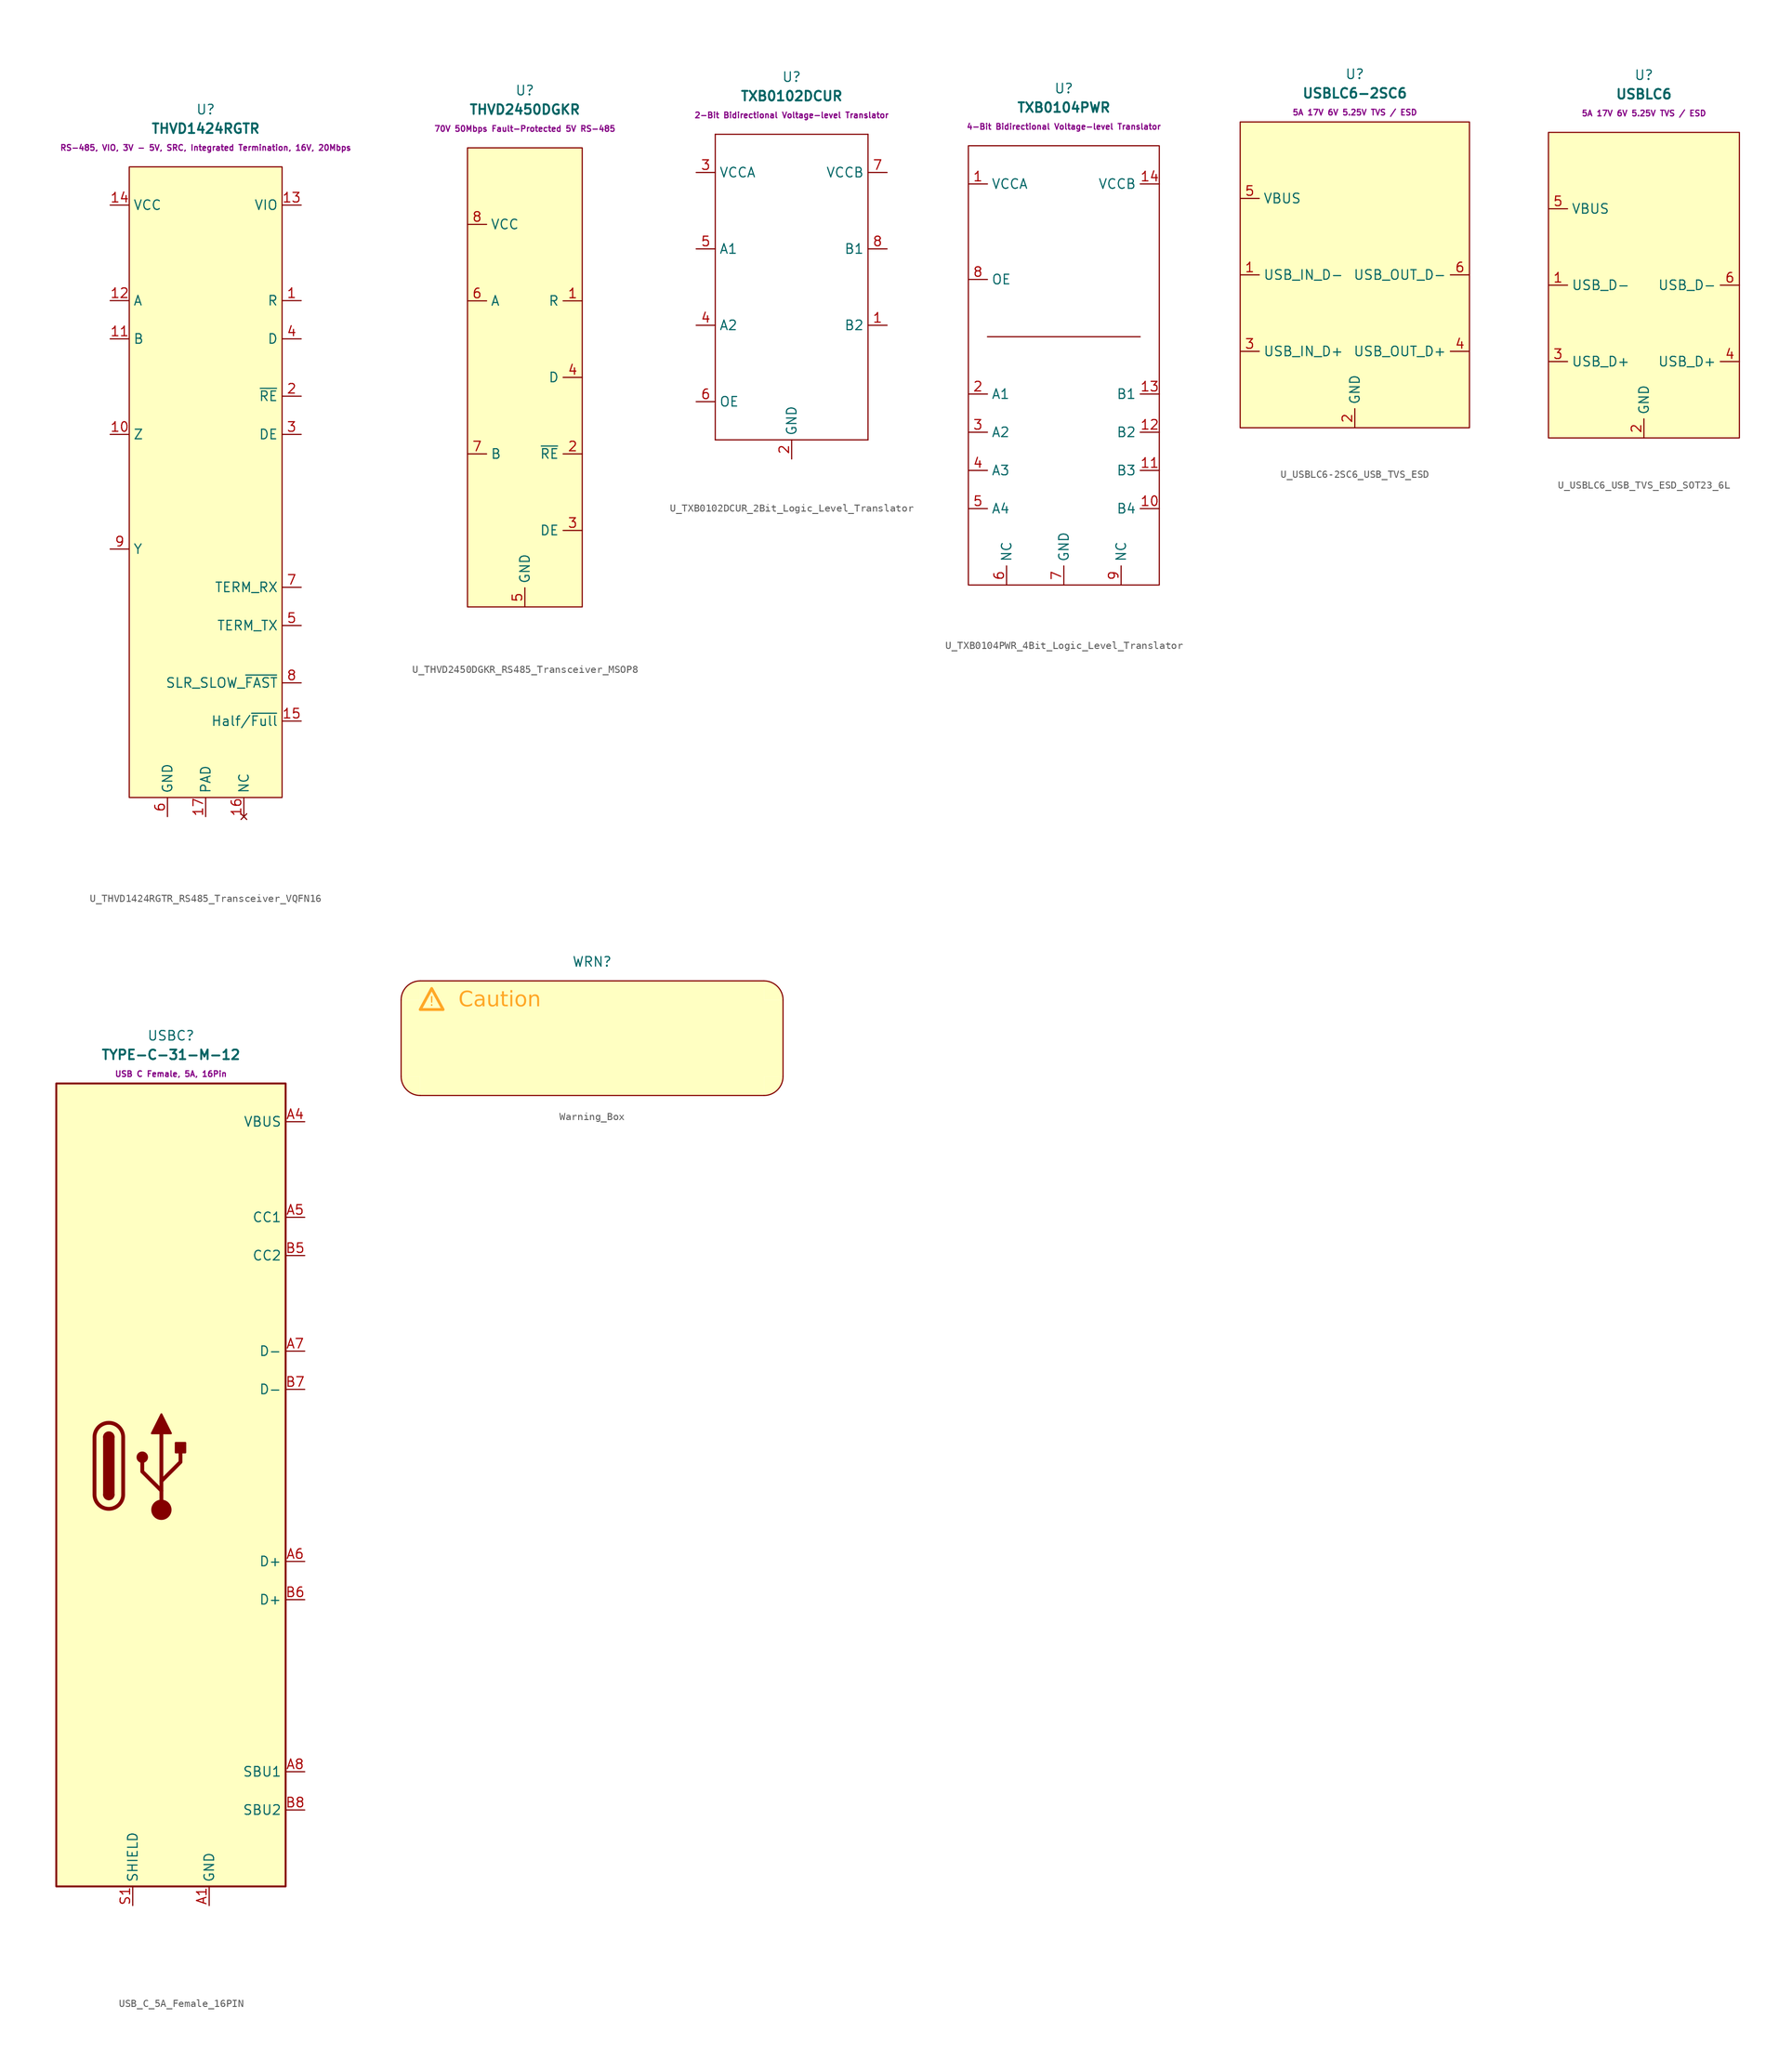
<source format=kicad_sym>
(kicad_symbol_lib
  (version 20231120)
  (generator "kicad_symbol_editor")
  (generator_version "8.0")
  (symbol "U_THVD1424RGTR_RS485_Transceiver_VQFN16"
    (property "Reference" "U"
      (at 0 20.32 0)
      (effects (font (size 1.27 1.27))))
    (property "Value" "THVD1424RGTR"
      (at 0 17.78 0)
      (effects (font (size 1.27 1.27) (bold yes))))
    (property "Extra Values" "RS-485, VIO, 3V - 5V, SRC, Integrated Termination, 16V, 20Mbps"
      (at 0 15.24 0)
      (effects (font (size 0.762 0.762) (bold yes))))
    (symbol "U_THVD1424RGTR_RS485_Transceiver_VQFN16_0_1"
      (rectangle (start -10.16 12.7) (end 10.16 -71.12) (stroke (width 0) (type default)) (fill (type background))))
    (symbol "U_THVD1424RGTR_RS485_Transceiver_VQFN16_1_1"
      (pin output line (at 12.7 -5.08 180) (length 2.54) (name "R" (effects (font (size 1.27 1.27)))) (number "1" (effects (font (size 1.27 1.27)))))
      (pin bidirectional line (at -12.7 -22.86 0) (length 2.54) (name "Z" (effects (font (size 1.27 1.27)))) (number "10" (effects (font (size 1.27 1.27)))))
      (pin bidirectional line (at -12.7 -10.16 0) (length 2.54) (name "B" (effects (font (size 1.27 1.27)))) (number "11" (effects (font (size 1.27 1.27)))))
      (pin bidirectional line (at -12.7 -5.08 0) (length 2.54) (name "A" (effects (font (size 1.27 1.27)))) (number "12" (effects (font (size 1.27 1.27)))))
      (pin power_in line (at 12.7 7.62 180) (length 2.54) (name "VIO" (effects (font (size 1.27 1.27)))) (number "13" (effects (font (size 1.27 1.27)))))
      (pin power_in line (at -12.7 7.62 0) (length 2.54) (name "VCC" (effects (font (size 1.27 1.27)))) (number "14" (effects (font (size 1.27 1.27)))))
      (pin input line (at 12.7 -60.96 180) (length 2.54) (name "Half/~{Full}" (effects (font (size 1.27 1.27)))) (number "15" (effects (font (size 1.27 1.27)))))
      (pin no_connect line (at 5.08 -73.66 90) (length 2.54) (name "NC" (effects (font (size 1.27 1.27)))) (number "16" (effects (font (size 1.27 1.27)))))
      (pin power_in line (at 0 -73.66 90) (length 2.54) (name "PAD" (effects (font (size 1.27 1.27)))) (number "17" (effects (font (size 1.27 1.27)))))
      (pin input line (at 12.7 -17.78 180) (length 2.54) (name "~{RE}" (effects (font (size 1.27 1.27)))) (number "2" (effects (font (size 1.27 1.27)))))
      (pin input line (at 12.7 -22.86 180) (length 2.54) (name "DE" (effects (font (size 1.27 1.27)))) (number "3" (effects (font (size 1.27 1.27)))))
      (pin input line (at 12.7 -10.16 180) (length 2.54) (name "D" (effects (font (size 1.27 1.27)))) (number "4" (effects (font (size 1.27 1.27)))))
      (pin input line (at 12.7 -48.26 180) (length 2.54) (name "TERM_TX" (effects (font (size 1.27 1.27)))) (number "5" (effects (font (size 1.27 1.27)))))
      (pin power_in line (at -5.08 -73.66 90) (length 2.54) (name "GND" (effects (font (size 1.27 1.27)))) (number "6" (effects (font (size 1.27 1.27)))))
      (pin input line (at 12.7 -43.18 180) (length 2.54) (name "TERM_RX" (effects (font (size 1.27 1.27)))) (number "7" (effects (font (size 1.27 1.27)))))
      (pin input line (at 12.7 -55.88 180) (length 2.54) (name "SLR_SLOW_~{FAST}" (effects (font (size 1.27 1.27)))) (number "8" (effects (font (size 1.27 1.27)))))
      (pin bidirectional line (at -12.7 -38.1 0) (length 2.54) (name "Y" (effects (font (size 1.27 1.27)))) (number "9" (effects (font (size 1.27 1.27)))))))
  (symbol "U_THVD2450DGKR_RS485_Transceiver_MSOP8"
    (property "Reference" "U"
      (at 0 38.1 0)
      (effects (font (size 1.27 1.27))))
    (property "Value" "THVD2450DGKR"
      (at 0 35.56 0)
      (effects (font (size 1.27 1.27) (bold yes))))
    (property "Extra Values" "70V 50Mbps Fault-Protected 5V RS-485"
      (at 0 33.02 0)
      (effects (font (size 0.762 0.762) (bold yes))))
    (symbol "U_THVD2450DGKR_RS485_Transceiver_MSOP8_0_1"
      (rectangle (start -7.62 30.48) (end 7.62 -30.48) (stroke (width 0) (type default)) (fill (type background))))
    (symbol "U_THVD2450DGKR_RS485_Transceiver_MSOP8_1_1"
      (pin output line (at 7.62 10.16 180) (length 2.54) (name "R" (effects (font (size 1.27 1.27)))) (number "1" (effects (font (size 1.27 1.27)))))
      (pin input line (at 7.62 -10.16 180) (length 2.54) (name "~{RE}" (effects (font (size 1.27 1.27)))) (number "2" (effects (font (size 1.27 1.27)))))
      (pin input line (at 7.62 -20.32 180) (length 2.54) (name "DE" (effects (font (size 1.27 1.27)))) (number "3" (effects (font (size 1.27 1.27)))))
      (pin input line (at 7.62 0 180) (length 2.54) (name "D" (effects (font (size 1.27 1.27)))) (number "4" (effects (font (size 1.27 1.27)))))
      (pin power_in line (at 0 -30.48 90) (length 2.54) (name "GND" (effects (font (size 1.27 1.27)))) (number "5" (effects (font (size 1.27 1.27)))))
      (pin bidirectional line (at -7.62 10.16 0) (length 2.54) (name "A" (effects (font (size 1.27 1.27)))) (number "6" (effects (font (size 1.27 1.27)))))
      (pin bidirectional line (at -7.62 -10.16 0) (length 2.54) (name "B" (effects (font (size 1.27 1.27)))) (number "7" (effects (font (size 1.27 1.27)))))
      (pin power_in line (at -7.62 20.32 0) (length 2.54) (name "VCC" (effects (font (size 1.27 1.27)))) (number "8" (effects (font (size 1.27 1.27)))))))
  (symbol "U_TXB0102DCUR_2Bit_Logic_Level_Translator"
    (property "Reference" "U"
      (at 0 17.78 0)
      (effects (font (size 1.27 1.27))))
    (property "Value" "TXB0102DCUR"
      (at 0 15.24 0)
      (effects (font (size 1.27 1.27) (bold yes))))
    (property "Extra Values" "2-Bit Bidirectional Voltage-level Translator"
      (at 0 12.7 0)
      (effects (font (size 0.762 0.762) (bold yes))))
    (symbol "U_TXB0102DCUR_2Bit_Logic_Level_Translator_0_1"
      (polyline (pts (xy -10.16 -30.48) (xy -10.16 10.16)) (stroke (width 0) (type default)) (fill (type none)))
      (polyline (pts (xy -10.16 10.16) (xy 10.16 10.16)) (stroke (width 0) (type default)) (fill (type none)))
      (polyline (pts (xy 10.16 -30.48) (xy -10.16 -30.48)) (stroke (width 0) (type default)) (fill (type none)))
      (polyline (pts (xy 10.16 10.16) (xy 10.16 -30.48)) (stroke (width 0) (type default)) (fill (type none))))
    (symbol "U_TXB0102DCUR_2Bit_Logic_Level_Translator_1_1"
      (pin bidirectional line (at 12.7 -15.24 180) (length 2.54) (name "B2" (effects (font (size 1.27 1.27)))) (number "1" (effects (font (size 1.27 1.27)))))
      (pin power_in line (at 0 -33.02 90) (length 2.54) (name "GND" (effects (font (size 1.27 1.27)))) (number "2" (effects (font (size 1.27 1.27)))))
      (pin input line (at -12.7 5.08 0) (length 2.54) (name "VCCA" (effects (font (size 1.27 1.27)))) (number "3" (effects (font (size 1.27 1.27)))))
      (pin bidirectional line (at -12.7 -15.24 0) (length 2.54) (name "A2" (effects (font (size 1.27 1.27)))) (number "4" (effects (font (size 1.27 1.27)))))
      (pin bidirectional line (at -12.7 -5.08 0) (length 2.54) (name "A1" (effects (font (size 1.27 1.27)))) (number "5" (effects (font (size 1.27 1.27)))))
      (pin input line (at -12.7 -25.4 0) (length 2.54) (name "OE" (effects (font (size 1.27 1.27)))) (number "6" (effects (font (size 1.27 1.27)))))
      (pin power_in line (at 12.7 5.08 180) (length 2.54) (name "VCCB" (effects (font (size 1.27 1.27)))) (number "7" (effects (font (size 1.27 1.27)))))
      (pin bidirectional line (at 12.7 -5.08 180) (length 2.54) (name "B1" (effects (font (size 1.27 1.27)))) (number "8" (effects (font (size 1.27 1.27)))))))
  (symbol "U_TXB0104PWR_4Bit_Logic_Level_Translator"
    (property "Reference" "U"
      (at 0 20.32 0)
      (effects (font (size 1.27 1.27))))
    (property "Value" "TXB0104PWR"
      (at 0 17.78 0)
      (effects (font (size 1.27 1.27) (bold yes))))
    (property "Extra Values" "4-Bit Bidirectional Voltage-level Translator"
      (at 0 15.24 0)
      (effects (font (size 0.762 0.762) (bold yes))))
    (symbol "U_TXB0104PWR_4Bit_Logic_Level_Translator_0_1"
      (rectangle (start -12.7 12.7) (end 12.7 -45.72) (stroke (width 0) (type default)) (fill (type none)))
      (polyline (pts (xy 10.16 -12.7) (xy -10.16 -12.7)) (stroke (width 0) (type default)) (fill (type none)))
      (pin unspecified line (at -7.62 -45.72 90) (length 2.54) (name "NC" (effects (font (size 1.27 1.27)))) (number "6" (effects (font (size 1.27 1.27)))))
      (pin unspecified line (at 7.62 -45.72 90) (length 2.54) (name "NC" (effects (font (size 1.27 1.27)))) (number "9" (effects (font (size 1.27 1.27))))))
    (symbol "U_TXB0104PWR_4Bit_Logic_Level_Translator_1_1"
      (pin power_in line (at -12.7 7.62 0) (length 2.54) (name "VCCA" (effects (font (size 1.27 1.27)))) (number "1" (effects (font (size 1.27 1.27)))))
      (pin bidirectional line (at 12.7 -35.56 180) (length 2.54) (name "B4" (effects (font (size 1.27 1.27)))) (number "10" (effects (font (size 1.27 1.27)))))
      (pin bidirectional line (at 12.7 -30.48 180) (length 2.54) (name "B3" (effects (font (size 1.27 1.27)))) (number "11" (effects (font (size 1.27 1.27)))))
      (pin bidirectional line (at 12.7 -25.4 180) (length 2.54) (name "B2" (effects (font (size 1.27 1.27)))) (number "12" (effects (font (size 1.27 1.27)))))
      (pin bidirectional line (at 12.7 -20.32 180) (length 2.54) (name "B1" (effects (font (size 1.27 1.27)))) (number "13" (effects (font (size 1.27 1.27)))))
      (pin power_in line (at 12.7 7.62 180) (length 2.54) (name "VCCB" (effects (font (size 1.27 1.27)))) (number "14" (effects (font (size 1.27 1.27)))))
      (pin bidirectional line (at -12.7 -20.32 0) (length 2.54) (name "A1" (effects (font (size 1.27 1.27)))) (number "2" (effects (font (size 1.27 1.27)))))
      (pin bidirectional line (at -12.7 -25.4 0) (length 2.54) (name "A2" (effects (font (size 1.27 1.27)))) (number "3" (effects (font (size 1.27 1.27)))))
      (pin bidirectional line (at -12.7 -30.48 0) (length 2.54) (name "A3" (effects (font (size 1.27 1.27)))) (number "4" (effects (font (size 1.27 1.27)))))
      (pin bidirectional line (at -12.7 -35.56 0) (length 2.54) (name "A4" (effects (font (size 1.27 1.27)))) (number "5" (effects (font (size 1.27 1.27)))))
      (pin power_in line (at 0 -45.72 90) (length 2.54) (name "GND" (effects (font (size 1.27 1.27)))) (number "7" (effects (font (size 1.27 1.27)))))
      (pin input line (at -12.7 -5.08 0) (length 2.54) (name "OE" (effects (font (size 1.27 1.27)))) (number "8" (effects (font (size 1.27 1.27)))))))
  (symbol "U_USBLC6-2SC6_USB_TVS_ESD"
    (property "Reference" "U"
      (at 0 26.67 0)
      (effects (font (size 1.27 1.27))))
    (property "Value" "USBLC6-2SC6"
      (at 0 24.13 0)
      (effects (font (size 1.27 1.27) (bold yes))))
    (property "Extra Values" "5A 17V 6V 5.25V TVS / ESD"
      (at 0 21.59 0)
      (effects (font (size 0.762 0.762) (bold yes))))
    (symbol "U_USBLC6-2SC6_USB_TVS_ESD_0_1"
      (rectangle (start -15.24 20.32) (end 15.24 -20.32) (stroke (width 0) (type default)) (fill (type background))))
    (symbol "U_USBLC6-2SC6_USB_TVS_ESD_1_1"
      (pin bidirectional line (at -15.24 0 0) (length 2.54) (name "USB_IN_D-" (effects (font (size 1.27 1.27)))) (number "1" (effects (font (size 1.27 1.27)))))
      (pin power_in line (at 0 -20.32 90) (length 2.54) (name "GND" (effects (font (size 1.27 1.27)))) (number "2" (effects (font (size 1.27 1.27)))))
      (pin bidirectional line (at -15.24 -10.16 0) (length 2.54) (name "USB_IN_D+" (effects (font (size 1.27 1.27)))) (number "3" (effects (font (size 1.27 1.27)))))
      (pin bidirectional line (at 15.24 -10.16 180) (length 2.54) (name "USB_OUT_D+" (effects (font (size 1.27 1.27)))) (number "4" (effects (font (size 1.27 1.27)))))
      (pin power_in line (at -15.24 10.16 0) (length 2.54) (name "VBUS" (effects (font (size 1.27 1.27)))) (number "5" (effects (font (size 1.27 1.27)))))
      (pin bidirectional line (at 15.24 0 180) (length 2.54) (name "USB_OUT_D-" (effects (font (size 1.27 1.27)))) (number "6" (effects (font (size 1.27 1.27)))))))
  (symbol "U_USBLC6_USB_TVS_ESD_SOT23_6L"
    (property "Reference" "U"
      (at 0 27.94 0)
      (effects (font (size 1.27 1.27))))
    (property "Value" "USBLC6"
      (at 0 25.4 0)
      (effects (font (size 1.27 1.27) (bold yes))))
    (property "Extra Values" "5A 17V 6V 5.25V TVS / ESD"
      (at 0 22.86 0)
      (effects (font (size 0.762 0.762) (bold yes))))
    (symbol "U_USBLC6_USB_TVS_ESD_SOT23_6L_0_1"
      (rectangle (start -12.7 20.32) (end 12.7 -20.32) (stroke (width 0) (type default)) (fill (type background))))
    (symbol "U_USBLC6_USB_TVS_ESD_SOT23_6L_1_1"
      (pin bidirectional line (at -12.7 0 0) (length 2.54) (name "USB_D-" (effects (font (size 1.27 1.27)))) (number "1" (effects (font (size 1.27 1.27)))))
      (pin power_in line (at 0 -20.32 90) (length 2.54) (name "GND" (effects (font (size 1.27 1.27)))) (number "2" (effects (font (size 1.27 1.27)))))
      (pin bidirectional line (at -12.7 -10.16 0) (length 2.54) (name "USB_D+" (effects (font (size 1.27 1.27)))) (number "3" (effects (font (size 1.27 1.27)))))
      (pin bidirectional line (at 12.7 -10.16 180) (length 2.54) (name "USB_D+" (effects (font (size 1.27 1.27)))) (number "4" (effects (font (size 1.27 1.27)))))
      (pin power_in line (at -12.7 10.16 0) (length 2.54) (name "VBUS" (effects (font (size 1.27 1.27)))) (number "5" (effects (font (size 1.27 1.27)))))
      (pin bidirectional line (at 12.7 0 180) (length 2.54) (name "USB_D-" (effects (font (size 1.27 1.27)))) (number "6" (effects (font (size 1.27 1.27)))))))
  (symbol "USB_C_5A_Female_16PIN"
    (property "Reference" "USBC"
      (at 0 57.15 0)
      (effects (font (size 1.27 1.27))))
    (property "Value" "TYPE-C-31-M-12"
      (at 0 54.61 0)
      (effects (font (size 1.27 1.27) (bold yes))))
    (property "Extra Values" "USB C Female, 5A, 16Pin"
      (at 0 52.07 0)
      (effects (font (size 0.762 0.762) (bold yes))))
    (symbol "USB_C_5A_Female_16PIN_0_1"
      (rectangle (start -15.24 50.8) (end 15.24 -55.88) (stroke (width 0.254) (type default)) (fill (type background)))
      (arc (start -10.16 -3.81) (mid -8.255 -5.7067) (end -6.35 -3.81) (stroke (width 0.508) (type default)) (fill (type none)))
      (arc (start -8.89 -3.81) (mid -8.255 -4.4423) (end -7.62 -3.81) (stroke (width 0.254) (type default)) (fill (type none)))
      (arc (start -8.89 -3.81) (mid -8.255 -4.4423) (end -7.62 -3.81) (stroke (width 0.254) (type default)) (fill (type outline)))
      (rectangle (start -8.89 -3.81) (end -7.62 3.81) (stroke (width 0.254) (type default)) (fill (type outline)))
      (arc (start -7.62 3.81) (mid -8.255 4.4423) (end -8.89 3.81) (stroke (width 0.254) (type default)) (fill (type none)))
      (arc (start -7.62 3.81) (mid -8.255 4.4423) (end -8.89 3.81) (stroke (width 0.254) (type default)) (fill (type outline)))
      (arc (start -6.35 3.81) (mid -8.255 5.7067) (end -10.16 3.81) (stroke (width 0.508) (type default)) (fill (type none)))
      (circle (center -3.81 1.143) (radius 0.635) (stroke (width 0.254) (type default)) (fill (type outline)))
      (circle (center -1.27 -5.842) (radius 1.27) (stroke (width 0) (type default)) (fill (type outline)))
      (polyline (pts (xy -10.16 -3.81) (xy -10.16 3.81)) (stroke (width 0.508) (type default)) (fill (type none)))
      (polyline (pts (xy -6.35 3.81) (xy -6.35 -3.81)) (stroke (width 0.508) (type default)) (fill (type none)))
      (polyline (pts (xy -1.27 -5.842) (xy -1.27 4.318)) (stroke (width 0.508) (type default)) (fill (type none)))
      (polyline (pts (xy -1.27 -3.302) (xy -3.81 -0.762) (xy -3.81 0.508)) (stroke (width 0.508) (type default)) (fill (type none)))
      (polyline (pts (xy -1.27 -2.032) (xy 1.27 0.508) (xy 1.27 1.778)) (stroke (width 0.508) (type default)) (fill (type none)))
      (polyline (pts (xy -2.54 4.318) (xy -1.27 6.858) (xy 0 4.318) (xy -2.54 4.318)) (stroke (width 0.254) (type default)) (fill (type outline)))
      (rectangle (start 0.635 1.778) (end 1.905 3.048) (stroke (width 0.254) (type default)) (fill (type outline))))
    (symbol "USB_C_5A_Female_16PIN_1_1"
      (pin power_in line (at 5.08 -58.42 90) (length 2.54) (name "GND" (effects (font (size 1.27 1.27)))) (number "A1" (effects (font (size 1.27 1.27)))))
      (pin power_in line (at 5.08 -58.42 90) (length 2.54) hide (name "GND" (effects (font (size 1.27 1.27)))) (number "A12" (effects (font (size 1.27 1.27)))))
      (pin power_in line (at 17.78 45.72 180) (length 2.54) (name "VBUS" (effects (font (size 1.27 1.27)))) (number "A4" (effects (font (size 1.27 1.27)))))
      (pin bidirectional line (at 17.78 33.02 180) (length 2.54) (name "CC1" (effects (font (size 1.27 1.27)))) (number "A5" (effects (font (size 1.27 1.27)))))
      (pin bidirectional line (at 17.78 -12.7 180) (length 2.54) (name "D+" (effects (font (size 1.27 1.27)))) (number "A6" (effects (font (size 1.27 1.27)))))
      (pin bidirectional line (at 17.78 15.24 180) (length 2.54) (name "D-" (effects (font (size 1.27 1.27)))) (number "A7" (effects (font (size 1.27 1.27)))))
      (pin bidirectional line (at 17.78 -40.64 180) (length 2.54) (name "SBU1" (effects (font (size 1.27 1.27)))) (number "A8" (effects (font (size 1.27 1.27)))))
      (pin power_in line (at 17.78 45.72 180) (length 2.54) hide (name "VBUS" (effects (font (size 1.27 1.27)))) (number "A9" (effects (font (size 1.27 1.27)))))
      (pin power_in line (at 5.08 -58.42 90) (length 2.54) hide (name "GND" (effects (font (size 1.27 1.27)))) (number "B1" (effects (font (size 1.27 1.27)))))
      (pin power_in line (at 5.08 -58.42 90) (length 2.54) hide (name "GND" (effects (font (size 1.27 1.27)))) (number "B12" (effects (font (size 1.27 1.27)))))
      (pin passive line (at 17.78 45.72 180) (length 2.54) hide (name "VBUS" (effects (font (size 1.27 1.27)))) (number "B4" (effects (font (size 1.27 1.27)))))
      (pin bidirectional line (at 17.78 27.94 180) (length 2.54) (name "CC2" (effects (font (size 1.27 1.27)))) (number "B5" (effects (font (size 1.27 1.27)))))
      (pin bidirectional line (at 17.78 -17.78 180) (length 2.54) (name "D+" (effects (font (size 1.27 1.27)))) (number "B6" (effects (font (size 1.27 1.27)))))
      (pin bidirectional line (at 17.78 10.16 180) (length 2.54) (name "D-" (effects (font (size 1.27 1.27)))) (number "B7" (effects (font (size 1.27 1.27)))))
      (pin bidirectional line (at 17.78 -45.72 180) (length 2.54) (name "SBU2" (effects (font (size 1.27 1.27)))) (number "B8" (effects (font (size 1.27 1.27)))))
      (pin power_in line (at 17.78 45.72 180) (length 2.54) hide (name "VBUS" (effects (font (size 1.27 1.27)))) (number "B9" (effects (font (size 1.27 1.27)))))
      (pin passive line (at -5.08 -58.42 90) (length 2.54) (name "SHIELD" (effects (font (size 1.27 1.27)))) (number "S1" (effects (font (size 1.27 1.27)))))))
  (symbol "Warning_Box"
    (pin_numbers hide)
    (pin_names
      (offset 0) hide)
    (property "Reference" "WRN"
      (at 0 10.16 0)
      (effects (font (size 1.27 1.27))))
    (property "Value" ""
      (at -14.478 3.81 0)
      (effects (font (size 1.27 1.27))))
    (symbol "Warning_Box_1_1"
      (arc (start -25.3998 -5.0798) (mid -24.6559 -6.8759) (end -22.8598 -7.6198) (stroke (width 0) (type default)) (fill (type background)))
      (rectangle (start -25.4 5.08) (end 25.4 -5.08) (stroke (width -0.0001) (type default)) (fill (type background)))
      (arc (start -22.86 7.62) (mid -24.6561 6.8761) (end -25.4 5.08) (stroke (width 0) (type default)) (fill (type background)))
      (rectangle (start -22.86 7.62) (end 22.86 -7.62) (stroke (width -0.0001) (type default)) (fill (type background)))
      (polyline (pts (xy -25.4 5.08) (xy -25.4 -5.08)) (stroke (width 0) (type default)) (fill (type none)))
      (polyline (pts (xy -22.86 -7.62) (xy 22.86 -7.62)) (stroke (width 0) (type default)) (fill (type none)))
      (polyline (pts (xy 22.86 7.62) (xy -22.86 7.62)) (stroke (width 0) (type default)) (fill (type none)))
      (polyline (pts (xy 25.4 -5.08) (xy 25.4 5.08)) (stroke (width 0) (type default)) (fill (type none)))
      (polyline (pts (xy -22.86 3.81) (xy -21.336 6.604) (xy -19.812 3.81) (xy -22.86 3.81)) (stroke (width 0.381) (type default) (color 255 167 38 1)) (fill (type none)))
      (arc (start 22.86 -7.62) (mid 24.6561 -6.8761) (end 25.4 -5.08) (stroke (width 0) (type default)) (fill (type background)))
      (arc (start 25.4 5.08) (mid 24.6561 6.8761) (end 22.86 7.62) (stroke (width 0) (type default)) (fill (type background)))
      (text "!" (at -21.336 4.826 0) (effects (font (face "ING Me Headline") (size 1.27 1.27) (color 255 167 38 1))))
      (text "Caution" (at -17.78 5.08 0) (effects (font (face "ING Me Headline") (size 2.032 2.032) (color 255 167 38 1)) (justify left))))))
</source>
